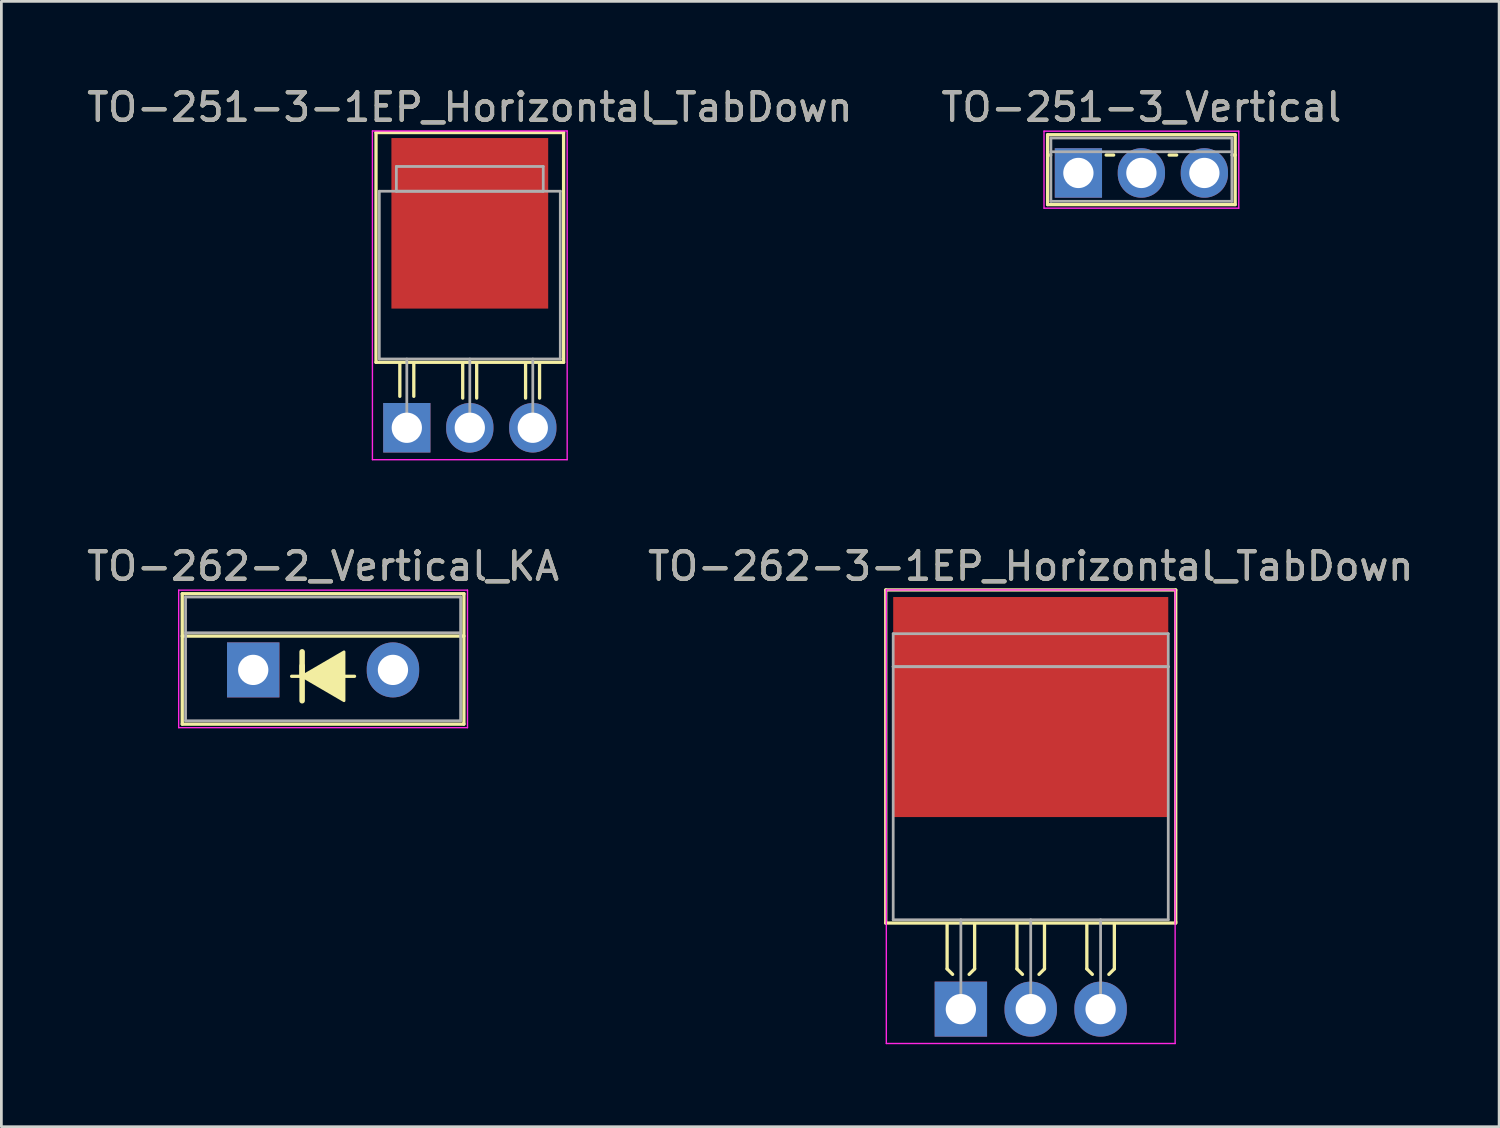
<source format=kicad_pcb>
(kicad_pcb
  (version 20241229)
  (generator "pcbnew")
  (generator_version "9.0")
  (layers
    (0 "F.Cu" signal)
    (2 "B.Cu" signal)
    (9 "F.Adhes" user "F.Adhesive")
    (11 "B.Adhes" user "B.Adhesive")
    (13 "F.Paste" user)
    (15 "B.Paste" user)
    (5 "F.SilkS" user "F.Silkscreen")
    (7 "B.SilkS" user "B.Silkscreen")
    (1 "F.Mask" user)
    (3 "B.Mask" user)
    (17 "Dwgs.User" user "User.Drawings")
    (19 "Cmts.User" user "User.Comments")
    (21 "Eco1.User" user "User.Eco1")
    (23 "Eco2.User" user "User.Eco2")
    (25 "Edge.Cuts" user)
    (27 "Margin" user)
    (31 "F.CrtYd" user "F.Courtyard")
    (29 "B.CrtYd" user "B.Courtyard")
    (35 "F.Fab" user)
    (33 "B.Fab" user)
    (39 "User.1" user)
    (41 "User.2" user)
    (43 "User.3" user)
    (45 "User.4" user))
  (footprint "TO-262-2_Vertical_KA"
    (layer "F.Cu")
    (at 6.156 21.305)
    (property "Reference" "TO-262-2_Vertical_KA" (at 2.54 -3.77 0) (layer "F.SilkS") (effects (font (size 1 1) (thickness 0.15))))
    (fp_line (start -2.58 -2.77) (end -2.58 1.971) (stroke (width 0.12) (type solid)) (layer "F.SilkS"))
    (fp_line (start -2.58 -2.77) (end 7.66 -2.77) (stroke (width 0.12) (type solid)) (layer "F.SilkS"))
    (fp_line (start -2.58 -1.23) (end 7.66 -1.23) (stroke (width 0.12) (type solid)) (layer "F.SilkS"))
    (fp_line (start -2.58 1.971) (end 7.66 1.971) (stroke (width 0.12) (type solid)) (layer "F.SilkS"))
    (fp_line (start 1.397 0.232) (end 1.778 0.232) (stroke (width 0.12) (type solid)) (layer "F.SilkS"))
    (fp_line (start 1.778 -0.657) (end 1.778 0.232) (stroke (width 0.2) (type solid)) (layer "F.SilkS"))
    (fp_line (start 1.778 -0.149) (end 1.778 1.121) (stroke (width 0.2) (type solid)) (layer "F.SilkS"))
    (fp_line (start 3.683 0.232) (end 3.302 0.232) (stroke (width 0.12) (type solid)) (layer "F.SilkS"))
    (fp_line (start 7.66 -2.77) (end 7.66 1.971) (stroke (width 0.12) (type solid)) (layer "F.SilkS"))
    (fp_poly (pts (xy 3.302 1.121) (xy 1.778 0.232) (xy 3.302 -0.657)) (stroke (width 0.1) (type solid)) (fill yes) (layer "F.SilkS"))
    (fp_line (start -2.71 -2.9) (end -2.71 2.1) (stroke (width 0.05) (type solid)) (layer "F.CrtYd"))
    (fp_line (start -2.71 2.1) (end 7.79 2.1) (stroke (width 0.05) (type solid)) (layer "F.CrtYd"))
    (fp_line (start 7.79 -2.9) (end -2.71 -2.9) (stroke (width 0.05) (type solid)) (layer "F.CrtYd"))
    (fp_line (start 7.79 2.1) (end 7.79 -2.9) (stroke (width 0.05) (type solid)) (layer "F.CrtYd"))
    (fp_line (start -2.46 -2.65) (end -2.46 1.85) (stroke (width 0.1) (type solid)) (layer "F.Fab"))
    (fp_line (start -2.46 -1.35) (end 7.54 -1.35) (stroke (width 0.1) (type solid)) (layer "F.Fab"))
    (fp_line (start -2.46 1.85) (end 7.54 1.85) (stroke (width 0.1) (type solid)) (layer "F.Fab"))
    (fp_line (start 7.54 -2.65) (end -2.46 -2.65) (stroke (width 0.1) (type solid)) (layer "F.Fab"))
    (fp_line (start 7.54 1.85) (end 7.54 -2.65) (stroke (width 0.1) (type solid)) (layer "F.Fab"))
    (fp_text user "${REFERENCE}" (at 2.54 -3.77 0) (layer "F.Fab") (effects (font (size 1 1) (thickness 0.15))))
    (pad "1" thru_hole rect (at 0 0) (size 1.905 2) (drill 1.1) (layers "*.Cu" "*.Mask"))
    (pad "3" thru_hole oval (at 5.08 0) (size 1.905 2) (drill 1.1) (layers "*.Cu" "*.Mask")))
  (footprint "TO-262-3-1EP_Horizontal_TabDown"
    (layer "F.Cu")
    (at 31.883 33.638)
    (property "Reference" "TO-262-3-1EP_Horizontal_TabDown" (at 2.54 -16.103 0) (layer "F.SilkS") (effects (font (size 1 1) (thickness 0.15))))
    (attr through_hole)
    (fp_line (start -2.731 -15.24) (end 7.811 -15.24) (stroke (width 0.12) (type solid)) (layer "F.SilkS"))
    (fp_line (start -2.731 -3.13) (end -2.731 -15.24) (stroke (width 0.12) (type solid)) (layer "F.SilkS"))
    (fp_line (start -2.731 -3.13) (end 7.811 -3.13) (stroke (width 0.12) (type solid)) (layer "F.SilkS"))
    (fp_line (start -0.5 -3.111) (end -0.5 -1.464) (stroke (width 0.12) (type solid)) (layer "F.SilkS"))
    (fp_line (start -0.5 -1.464) (end -0.3 -1.264) (stroke (width 0.12) (type solid)) (layer "F.SilkS"))
    (fp_line (start 0.5 -3.111) (end 0.5 -1.464) (stroke (width 0.12) (type solid)) (layer "F.SilkS"))
    (fp_line (start 0.5 -1.464) (end 0.3 -1.264) (stroke (width 0.12) (type solid)) (layer "F.SilkS"))
    (fp_line (start 2.04 -3.111) (end 2.04 -1.464) (stroke (width 0.12) (type solid)) (layer "F.SilkS"))
    (fp_line (start 2.04 -1.464) (end 2.24 -1.264) (stroke (width 0.12) (type solid)) (layer "F.SilkS"))
    (fp_line (start 3.04 -3.111) (end 3.04 -1.464) (stroke (width 0.12) (type solid)) (layer "F.SilkS"))
    (fp_line (start 3.04 -1.464) (end 2.84 -1.264) (stroke (width 0.12) (type solid)) (layer "F.SilkS"))
    (fp_line (start 4.58 -3.111) (end 4.58 -1.464) (stroke (width 0.12) (type solid)) (layer "F.SilkS"))
    (fp_line (start 4.58 -1.464) (end 4.78 -1.264) (stroke (width 0.12) (type solid)) (layer "F.SilkS"))
    (fp_line (start 5.58 -3.111) (end 5.58 -1.464) (stroke (width 0.12) (type solid)) (layer "F.SilkS"))
    (fp_line (start 5.58 -1.464) (end 5.38 -1.264) (stroke (width 0.12) (type solid)) (layer "F.SilkS"))
    (fp_line (start 7.811 -15.24) (end 7.811 -3.175) (stroke (width 0.12) (type solid)) (layer "F.SilkS"))
    (fp_line (start 7.811 -3.175) (end 7.811 -3.13) (stroke (width 0.12) (type solid)) (layer "F.SilkS"))
    (fp_line (start -2.71 -15.24) (end -2.71 1.25) (stroke (width 0.05) (type solid)) (layer "F.CrtYd"))
    (fp_line (start -2.71 1.25) (end 7.79 1.25) (stroke (width 0.05) (type solid)) (layer "F.CrtYd"))
    (fp_line (start 7.79 -15.24) (end -2.71 -15.24) (stroke (width 0.05) (type solid)) (layer "F.CrtYd"))
    (fp_line (start 7.79 1.25) (end 7.79 -15.24) (stroke (width 0.05) (type solid)) (layer "F.CrtYd"))
    (fp_line (start -2.46 -13.65) (end 7.54 -13.65) (stroke (width 0.1) (type solid)) (layer "F.Fab"))
    (fp_line (start -2.46 -12.45) (end -2.46 -13.65) (stroke (width 0.1) (type solid)) (layer "F.Fab"))
    (fp_line (start -2.46 -12.45) (end 7.54 -12.45) (stroke (width 0.1) (type solid)) (layer "F.Fab"))
    (fp_line (start -2.46 -3.25) (end -2.46 -12.45) (stroke (width 0.1) (type solid)) (layer "F.Fab"))
    (fp_line (start 0 -3.25) (end 0 0) (stroke (width 0.1) (type solid)) (layer "F.Fab"))
    (fp_line (start 2.54 -3.25) (end 2.54 0) (stroke (width 0.1) (type solid)) (layer "F.Fab"))
    (fp_line (start 5.08 -3.25) (end 5.08 0) (stroke (width 0.1) (type solid)) (layer "F.Fab"))
    (fp_line (start 7.54 -13.65) (end 7.54 -12.45) (stroke (width 0.1) (type solid)) (layer "F.Fab"))
    (fp_line (start 7.54 -12.45) (end -2.46 -12.45) (stroke (width 0.1) (type solid)) (layer "F.Fab"))
    (fp_line (start 7.54 -12.45) (end 7.54 -3.25) (stroke (width 0.1) (type solid)) (layer "F.Fab"))
    (fp_line (start 7.54 -3.25) (end -2.46 -3.25) (stroke (width 0.1) (type solid)) (layer "F.Fab"))
    (fp_text user "${REFERENCE}" (at 2.54 -16.103 0) (layer "F.Fab") (effects (font (size 1 1) (thickness 0.15))))
    (pad "1" thru_hole rect (at 0 0) (size 1.905 2) (drill 1.1) (layers "*.Cu" "*.Mask"))
    (pad "2" thru_hole oval (at 2.54 0) (size 1.905 2) (drill 1.1) (layers "*.Cu" "*.Mask"))
    (pad "3" thru_hole oval (at 5.08 0) (size 1.905 2) (drill 1.1) (layers "*.Cu" "*.Mask"))
    (pad "4" smd rect (at 2.54 -10.983) (size 10 8) (layers "F.Cu" "F.Mask" "F.Paste")))
  (footprint "TO-251-3-1EP_Horizontal_TabDown"
    (layer "F.Cu")
    (at 11.74 12.502)
    (property "Reference" "TO-251-3-1EP_Horizontal_TabDown" (at 2.29 -11.653 0) (layer "F.SilkS") (effects (font (size 1 1) (thickness 0.15))))
    (attr through_hole)
    (fp_line (start -1.12 -10.732) (end -1.12 -2.38) (stroke (width 0.12) (type solid)) (layer "F.SilkS"))
    (fp_line (start -1.12 -10.732) (end 5.7 -10.732) (stroke (width 0.12) (type solid)) (layer "F.SilkS"))
    (fp_line (start -1.12 -2.38) (end 5.7 -2.38) (stroke (width 0.12) (type solid)) (layer "F.SilkS"))
    (fp_line (start -0.254 -2.349) (end -0.254 -1.143) (stroke (width 0.12) (type solid)) (layer "F.SilkS"))
    (fp_line (start 0.254 -1.143) (end 0.254 -2.349) (stroke (width 0.12) (type solid)) (layer "F.SilkS"))
    (fp_line (start 2.032 -2.349) (end 2.032 -1.079) (stroke (width 0.12) (type solid)) (layer "F.SilkS"))
    (fp_line (start 2.54 -1.079) (end 2.54 -2.349) (stroke (width 0.12) (type solid)) (layer "F.SilkS"))
    (fp_line (start 4.318 -2.349) (end 4.318 -1.079) (stroke (width 0.12) (type solid)) (layer "F.SilkS"))
    (fp_line (start 4.826 -1.079) (end 4.826 -2.349) (stroke (width 0.12) (type solid)) (layer "F.SilkS"))
    (fp_line (start 5.7 -10.732) (end 5.7 -2.38) (stroke (width 0.12) (type solid)) (layer "F.SilkS"))
    (fp_line (start -1.25 -10.79) (end -1.25 1.16) (stroke (width 0.05) (type solid)) (layer "F.CrtYd"))
    (fp_line (start -1.25 1.16) (end 5.83 1.16) (stroke (width 0.05) (type solid)) (layer "F.CrtYd"))
    (fp_line (start 5.83 -10.79) (end -1.25 -10.79) (stroke (width 0.05) (type solid)) (layer "F.CrtYd"))
    (fp_line (start 5.83 1.16) (end 5.83 -10.79) (stroke (width 0.05) (type solid)) (layer "F.CrtYd"))
    (fp_line (start -1 -8.6) (end 5.58 -8.6) (stroke (width 0.1) (type solid)) (layer "F.Fab"))
    (fp_line (start -1 -2.5) (end -1 -8.6) (stroke (width 0.1) (type solid)) (layer "F.Fab"))
    (fp_line (start -0.38 -9.5) (end 4.96 -9.5) (stroke (width 0.1) (type solid)) (layer "F.Fab"))
    (fp_line (start -0.38 -8.6) (end -0.38 -9.5) (stroke (width 0.1) (type solid)) (layer "F.Fab"))
    (fp_line (start 0 -2.5) (end 0 0) (stroke (width 0.1) (type solid)) (layer "F.Fab"))
    (fp_line (start 2.29 -2.5) (end 2.29 0) (stroke (width 0.1) (type solid)) (layer "F.Fab"))
    (fp_line (start 4.58 -2.5) (end 4.58 0) (stroke (width 0.1) (type solid)) (layer "F.Fab"))
    (fp_line (start 4.96 -9.5) (end 4.96 -8.6) (stroke (width 0.1) (type solid)) (layer "F.Fab"))
    (fp_line (start 4.96 -8.6) (end -0.38 -8.6) (stroke (width 0.1) (type solid)) (layer "F.Fab"))
    (fp_line (start 5.58 -8.6) (end 5.58 -2.5) (stroke (width 0.1) (type solid)) (layer "F.Fab"))
    (fp_line (start 5.58 -2.5) (end -1 -2.5) (stroke (width 0.1) (type solid)) (layer "F.Fab"))
    (fp_text user "${REFERENCE}" (at 2.29 -11.653 0) (layer "F.Fab") (effects (font (size 1 1) (thickness 0.15))))
    (pad "1" thru_hole rect (at 0 0) (size 1.718 1.8) (drill 1.1) (layers "*.Cu" "*.Mask"))
    (pad "2" thru_hole oval (at 2.29 0) (size 1.718 1.8) (drill 1.1) (layers "*.Cu" "*.Mask"))
    (pad "3" thru_hole oval (at 4.58 0) (size 1.718 1.8) (drill 1.1) (layers "*.Cu" "*.Mask"))
    (pad "4" smd rect (at 2.29 -7.433) (size 5.7 6.2) (layers "F.Cu" "F.Mask" "F.Paste")))
  (footprint "TO-251-3_Vertical"
    (layer "F.Cu")
    (at 36.156 3.238)
    (property "Reference" "TO-251-3_Vertical" (at 2.29 -2.39 0) (layer "F.SilkS") (effects (font (size 1 1) (thickness 0.15))))
    (attr through_hole)
    (fp_line (start -1.12 -1.39) (end -1.12 1.15) (stroke (width 0.12) (type solid)) (layer "F.SilkS"))
    (fp_line (start -1.12 -1.39) (end 5.7 -1.39) (stroke (width 0.12) (type solid)) (layer "F.SilkS"))
    (fp_line (start -1.12 -0.651) (end -1.009 -0.651) (stroke (width 0.12) (type solid)) (layer "F.SilkS"))
    (fp_line (start -1.12 1.15) (end 5.7 1.15) (stroke (width 0.12) (type solid)) (layer "F.SilkS"))
    (fp_line (start 1.009 -0.651) (end 1.282 -0.651) (stroke (width 0.12) (type solid)) (layer "F.SilkS"))
    (fp_line (start 3.299 -0.651) (end 3.572 -0.651) (stroke (width 0.12) (type solid)) (layer "F.SilkS"))
    (fp_line (start 5.589 -0.651) (end 5.7 -0.651) (stroke (width 0.12) (type solid)) (layer "F.SilkS"))
    (fp_line (start 5.7 -1.39) (end 5.7 1.15) (stroke (width 0.12) (type solid)) (layer "F.SilkS"))
    (fp_line (start -1.25 -1.52) (end -1.25 1.28) (stroke (width 0.05) (type solid)) (layer "F.CrtYd"))
    (fp_line (start -1.25 1.28) (end 5.83 1.28) (stroke (width 0.05) (type solid)) (layer "F.CrtYd"))
    (fp_line (start 5.83 -1.52) (end -1.25 -1.52) (stroke (width 0.05) (type solid)) (layer "F.CrtYd"))
    (fp_line (start 5.83 1.28) (end 5.83 -1.52) (stroke (width 0.05) (type solid)) (layer "F.CrtYd"))
    (fp_line (start -1 -1.27) (end -1 1.03) (stroke (width 0.1) (type solid)) (layer "F.Fab"))
    (fp_line (start -1 -0.77) (end 5.58 -0.77) (stroke (width 0.1) (type solid)) (layer "F.Fab"))
    (fp_line (start -1 1.03) (end 5.58 1.03) (stroke (width 0.1) (type solid)) (layer "F.Fab"))
    (fp_line (start 5.58 -1.27) (end -1 -1.27) (stroke (width 0.1) (type solid)) (layer "F.Fab"))
    (fp_line (start 5.58 1.03) (end 5.58 -1.27) (stroke (width 0.1) (type solid)) (layer "F.Fab"))
    (fp_text user "${REFERENCE}" (at 2.29 -2.39 0) (layer "F.Fab") (effects (font (size 1 1) (thickness 0.15))))
    (pad "1" thru_hole rect (at 0 0) (size 1.718 1.8) (drill 1.1) (layers "*.Cu" "*.Mask"))
    (pad "2" thru_hole oval (at 2.29 0) (size 1.718 1.8) (drill 1.1) (layers "*.Cu" "*.Mask"))
    (pad "3" thru_hole oval (at 4.58 0) (size 1.718 1.8) (drill 1.1) (layers "*.Cu" "*.Mask")))
  (gr_rect
    (start -3 -3)
    (end 51.452 37.913)
    (stroke (width 0.1) (type default))
    (fill no)
    (layer "Edge.Cuts")))
</source>
